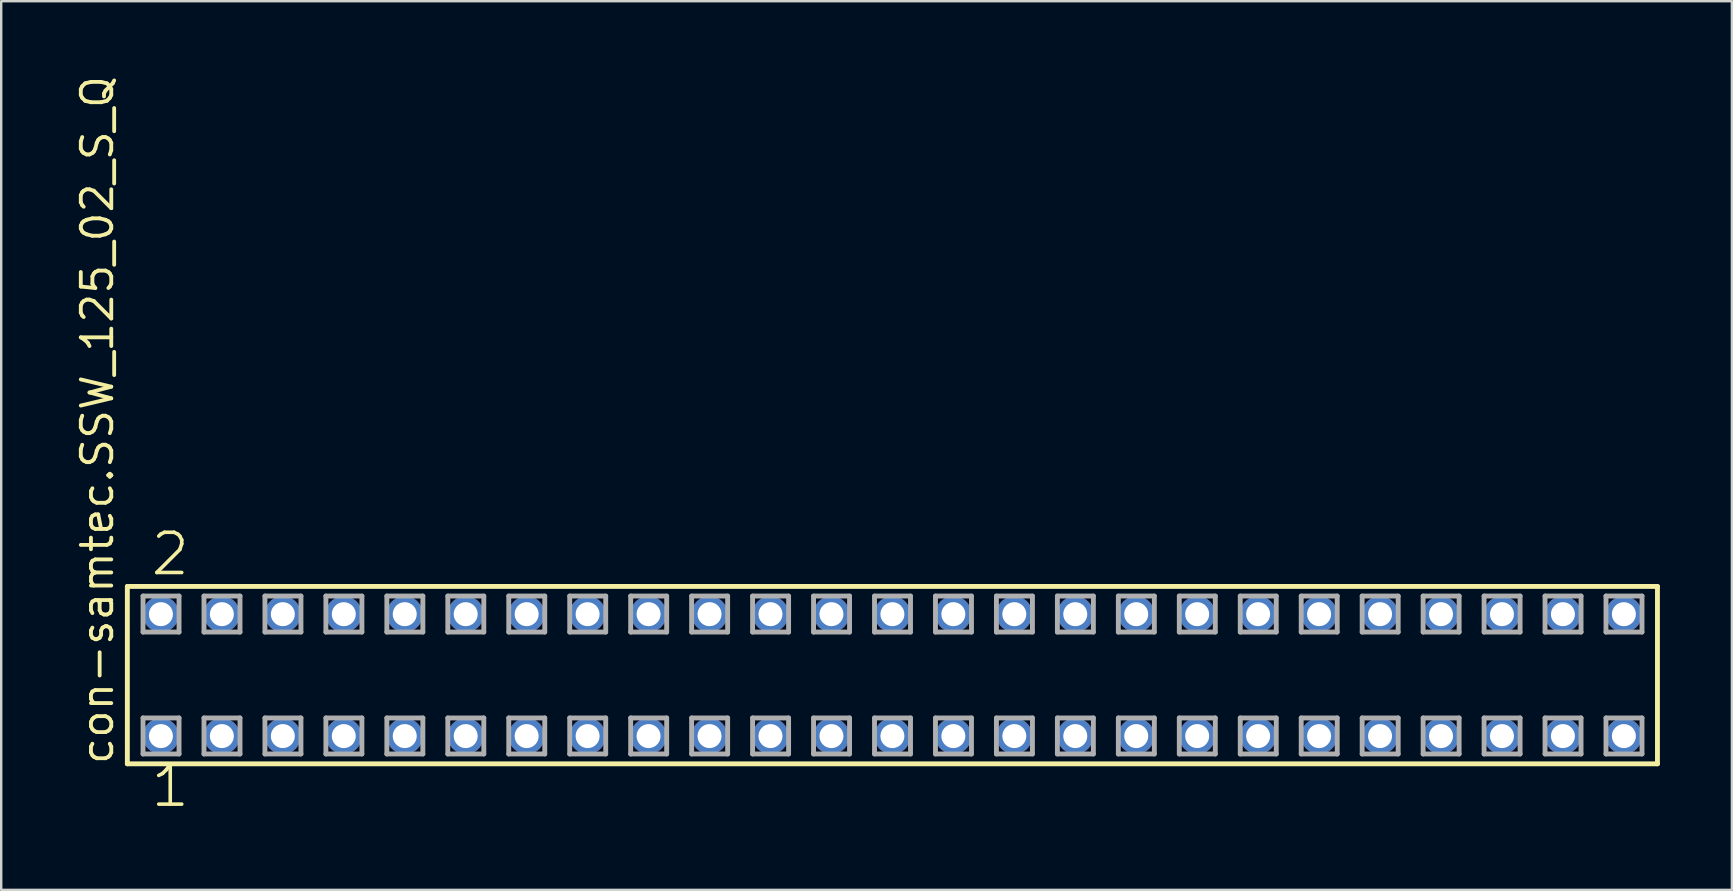
<source format=kicad_pcb>
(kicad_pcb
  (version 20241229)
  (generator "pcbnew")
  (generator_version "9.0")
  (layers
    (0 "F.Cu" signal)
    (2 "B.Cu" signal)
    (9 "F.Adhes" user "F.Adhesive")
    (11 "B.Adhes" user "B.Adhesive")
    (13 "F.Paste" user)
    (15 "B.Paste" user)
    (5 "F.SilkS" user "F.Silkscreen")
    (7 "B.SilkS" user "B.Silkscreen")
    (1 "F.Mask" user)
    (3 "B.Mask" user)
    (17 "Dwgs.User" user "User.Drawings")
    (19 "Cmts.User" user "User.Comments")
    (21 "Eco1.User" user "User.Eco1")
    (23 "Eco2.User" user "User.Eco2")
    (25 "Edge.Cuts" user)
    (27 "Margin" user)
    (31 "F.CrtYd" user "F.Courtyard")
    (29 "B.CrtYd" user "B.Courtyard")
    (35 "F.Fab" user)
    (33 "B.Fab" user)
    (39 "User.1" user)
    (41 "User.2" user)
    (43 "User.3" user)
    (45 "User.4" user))
  (footprint "con-samtec.SSW_125_02_S_Q"
    (layer "F.Cu")
    (at 34.135 25.082)
    (property "Reference" "con-samtec.SSW_125_02_S_Q" (at -32.385 3.81 90) (layer "F.SilkS") (effects (font (size 1.27 1.27) (thickness 0.16)) (justify left bottom)))
    (attr through_hole)
    (fp_line (start -31.879 -3.695) (end 31.879 -3.695) (stroke (width 0.203) (type default)) (layer "F.SilkS"))
    (fp_line (start -31.879 3.695) (end -31.879 -3.695) (stroke (width 0.203) (type default)) (layer "F.SilkS"))
    (fp_line (start 31.879 -3.695) (end 31.879 3.695) (stroke (width 0.203) (type default)) (layer "F.SilkS"))
    (fp_line (start 31.879 3.695) (end -31.879 3.695) (stroke (width 0.203) (type default)) (layer "F.SilkS"))
    (fp_line (start -31.225 -3.295) (end -29.725 -3.295) (stroke (width 0.203) (type default)) (layer "F.Fab"))
    (fp_line (start -31.225 -1.795) (end -31.225 -3.295) (stroke (width 0.203) (type default)) (layer "F.Fab"))
    (fp_line (start -31.225 1.785) (end -29.725 1.785) (stroke (width 0.203) (type default)) (layer "F.Fab"))
    (fp_line (start -31.225 3.285) (end -31.225 1.785) (stroke (width 0.203) (type default)) (layer "F.Fab"))
    (fp_line (start -29.725 -3.295) (end -29.725 -1.795) (stroke (width 0.203) (type default)) (layer "F.Fab"))
    (fp_line (start -29.725 -1.795) (end -31.225 -1.795) (stroke (width 0.203) (type default)) (layer "F.Fab"))
    (fp_line (start -29.725 1.785) (end -29.725 3.285) (stroke (width 0.203) (type default)) (layer "F.Fab"))
    (fp_line (start -29.725 3.285) (end -31.225 3.285) (stroke (width 0.203) (type default)) (layer "F.Fab"))
    (fp_line (start -28.685 -3.295) (end -27.185 -3.295) (stroke (width 0.203) (type default)) (layer "F.Fab"))
    (fp_line (start -28.685 -1.795) (end -28.685 -3.295) (stroke (width 0.203) (type default)) (layer "F.Fab"))
    (fp_line (start -28.685 1.785) (end -27.185 1.785) (stroke (width 0.203) (type default)) (layer "F.Fab"))
    (fp_line (start -28.685 3.285) (end -28.685 1.785) (stroke (width 0.203) (type default)) (layer "F.Fab"))
    (fp_line (start -27.185 -3.295) (end -27.185 -1.795) (stroke (width 0.203) (type default)) (layer "F.Fab"))
    (fp_line (start -27.185 -1.795) (end -28.685 -1.795) (stroke (width 0.203) (type default)) (layer "F.Fab"))
    (fp_line (start -27.185 1.785) (end -27.185 3.285) (stroke (width 0.203) (type default)) (layer "F.Fab"))
    (fp_line (start -27.185 3.285) (end -28.685 3.285) (stroke (width 0.203) (type default)) (layer "F.Fab"))
    (fp_line (start -26.145 -3.295) (end -24.645 -3.295) (stroke (width 0.203) (type default)) (layer "F.Fab"))
    (fp_line (start -26.145 -1.795) (end -26.145 -3.295) (stroke (width 0.203) (type default)) (layer "F.Fab"))
    (fp_line (start -26.145 1.785) (end -24.645 1.785) (stroke (width 0.203) (type default)) (layer "F.Fab"))
    (fp_line (start -26.145 3.285) (end -26.145 1.785) (stroke (width 0.203) (type default)) (layer "F.Fab"))
    (fp_line (start -24.645 -3.295) (end -24.645 -1.795) (stroke (width 0.203) (type default)) (layer "F.Fab"))
    (fp_line (start -24.645 -1.795) (end -26.145 -1.795) (stroke (width 0.203) (type default)) (layer "F.Fab"))
    (fp_line (start -24.645 1.785) (end -24.645 3.285) (stroke (width 0.203) (type default)) (layer "F.Fab"))
    (fp_line (start -24.645 3.285) (end -26.145 3.285) (stroke (width 0.203) (type default)) (layer "F.Fab"))
    (fp_line (start -23.605 -3.295) (end -22.105 -3.295) (stroke (width 0.203) (type default)) (layer "F.Fab"))
    (fp_line (start -23.605 -1.795) (end -23.605 -3.295) (stroke (width 0.203) (type default)) (layer "F.Fab"))
    (fp_line (start -23.605 1.785) (end -22.105 1.785) (stroke (width 0.203) (type default)) (layer "F.Fab"))
    (fp_line (start -23.605 3.285) (end -23.605 1.785) (stroke (width 0.203) (type default)) (layer "F.Fab"))
    (fp_line (start -22.105 -3.295) (end -22.105 -1.795) (stroke (width 0.203) (type default)) (layer "F.Fab"))
    (fp_line (start -22.105 -1.795) (end -23.605 -1.795) (stroke (width 0.203) (type default)) (layer "F.Fab"))
    (fp_line (start -22.105 1.785) (end -22.105 3.285) (stroke (width 0.203) (type default)) (layer "F.Fab"))
    (fp_line (start -22.105 3.285) (end -23.605 3.285) (stroke (width 0.203) (type default)) (layer "F.Fab"))
    (fp_line (start -21.065 -3.295) (end -19.565 -3.295) (stroke (width 0.203) (type default)) (layer "F.Fab"))
    (fp_line (start -21.065 -1.795) (end -21.065 -3.295) (stroke (width 0.203) (type default)) (layer "F.Fab"))
    (fp_line (start -21.065 1.785) (end -19.565 1.785) (stroke (width 0.203) (type default)) (layer "F.Fab"))
    (fp_line (start -21.065 3.285) (end -21.065 1.785) (stroke (width 0.203) (type default)) (layer "F.Fab"))
    (fp_line (start -19.565 -3.295) (end -19.565 -1.795) (stroke (width 0.203) (type default)) (layer "F.Fab"))
    (fp_line (start -19.565 -1.795) (end -21.065 -1.795) (stroke (width 0.203) (type default)) (layer "F.Fab"))
    (fp_line (start -19.565 1.785) (end -19.565 3.285) (stroke (width 0.203) (type default)) (layer "F.Fab"))
    (fp_line (start -19.565 3.285) (end -21.065 3.285) (stroke (width 0.203) (type default)) (layer "F.Fab"))
    (fp_line (start -18.525 -3.295) (end -17.025 -3.295) (stroke (width 0.203) (type default)) (layer "F.Fab"))
    (fp_line (start -18.525 -1.795) (end -18.525 -3.295) (stroke (width 0.203) (type default)) (layer "F.Fab"))
    (fp_line (start -18.525 1.785) (end -17.025 1.785) (stroke (width 0.203) (type default)) (layer "F.Fab"))
    (fp_line (start -18.525 3.285) (end -18.525 1.785) (stroke (width 0.203) (type default)) (layer "F.Fab"))
    (fp_line (start -17.025 -3.295) (end -17.025 -1.795) (stroke (width 0.203) (type default)) (layer "F.Fab"))
    (fp_line (start -17.025 -1.795) (end -18.525 -1.795) (stroke (width 0.203) (type default)) (layer "F.Fab"))
    (fp_line (start -17.025 1.785) (end -17.025 3.285) (stroke (width 0.203) (type default)) (layer "F.Fab"))
    (fp_line (start -17.025 3.285) (end -18.525 3.285) (stroke (width 0.203) (type default)) (layer "F.Fab"))
    (fp_line (start -15.985 -3.295) (end -14.485 -3.295) (stroke (width 0.203) (type default)) (layer "F.Fab"))
    (fp_line (start -15.985 -1.795) (end -15.985 -3.295) (stroke (width 0.203) (type default)) (layer "F.Fab"))
    (fp_line (start -15.985 1.785) (end -14.485 1.785) (stroke (width 0.203) (type default)) (layer "F.Fab"))
    (fp_line (start -15.985 3.285) (end -15.985 1.785) (stroke (width 0.203) (type default)) (layer "F.Fab"))
    (fp_line (start -14.485 -3.295) (end -14.485 -1.795) (stroke (width 0.203) (type default)) (layer "F.Fab"))
    (fp_line (start -14.485 -1.795) (end -15.985 -1.795) (stroke (width 0.203) (type default)) (layer "F.Fab"))
    (fp_line (start -14.485 1.785) (end -14.485 3.285) (stroke (width 0.203) (type default)) (layer "F.Fab"))
    (fp_line (start -14.485 3.285) (end -15.985 3.285) (stroke (width 0.203) (type default)) (layer "F.Fab"))
    (fp_line (start -13.445 -3.295) (end -11.945 -3.295) (stroke (width 0.203) (type default)) (layer "F.Fab"))
    (fp_line (start -13.445 -1.795) (end -13.445 -3.295) (stroke (width 0.203) (type default)) (layer "F.Fab"))
    (fp_line (start -13.445 1.785) (end -11.945 1.785) (stroke (width 0.203) (type default)) (layer "F.Fab"))
    (fp_line (start -13.445 3.285) (end -13.445 1.785) (stroke (width 0.203) (type default)) (layer "F.Fab"))
    (fp_line (start -11.945 -3.295) (end -11.945 -1.795) (stroke (width 0.203) (type default)) (layer "F.Fab"))
    (fp_line (start -11.945 -1.795) (end -13.445 -1.795) (stroke (width 0.203) (type default)) (layer "F.Fab"))
    (fp_line (start -11.945 1.785) (end -11.945 3.285) (stroke (width 0.203) (type default)) (layer "F.Fab"))
    (fp_line (start -11.945 3.285) (end -13.445 3.285) (stroke (width 0.203) (type default)) (layer "F.Fab"))
    (fp_line (start -10.905 -3.295) (end -9.405 -3.295) (stroke (width 0.203) (type default)) (layer "F.Fab"))
    (fp_line (start -10.905 -1.795) (end -10.905 -3.295) (stroke (width 0.203) (type default)) (layer "F.Fab"))
    (fp_line (start -10.905 1.785) (end -9.405 1.785) (stroke (width 0.203) (type default)) (layer "F.Fab"))
    (fp_line (start -10.905 3.285) (end -10.905 1.785) (stroke (width 0.203) (type default)) (layer "F.Fab"))
    (fp_line (start -9.405 -3.295) (end -9.405 -1.795) (stroke (width 0.203) (type default)) (layer "F.Fab"))
    (fp_line (start -9.405 -1.795) (end -10.905 -1.795) (stroke (width 0.203) (type default)) (layer "F.Fab"))
    (fp_line (start -9.405 1.785) (end -9.405 3.285) (stroke (width 0.203) (type default)) (layer "F.Fab"))
    (fp_line (start -9.405 3.285) (end -10.905 3.285) (stroke (width 0.203) (type default)) (layer "F.Fab"))
    (fp_line (start -8.365 -3.295) (end -6.865 -3.295) (stroke (width 0.203) (type default)) (layer "F.Fab"))
    (fp_line (start -8.365 -1.795) (end -8.365 -3.295) (stroke (width 0.203) (type default)) (layer "F.Fab"))
    (fp_line (start -8.365 1.785) (end -6.865 1.785) (stroke (width 0.203) (type default)) (layer "F.Fab"))
    (fp_line (start -8.365 3.285) (end -8.365 1.785) (stroke (width 0.203) (type default)) (layer "F.Fab"))
    (fp_line (start -6.865 -3.295) (end -6.865 -1.795) (stroke (width 0.203) (type default)) (layer "F.Fab"))
    (fp_line (start -6.865 -1.795) (end -8.365 -1.795) (stroke (width 0.203) (type default)) (layer "F.Fab"))
    (fp_line (start -6.865 1.785) (end -6.865 3.285) (stroke (width 0.203) (type default)) (layer "F.Fab"))
    (fp_line (start -6.865 3.285) (end -8.365 3.285) (stroke (width 0.203) (type default)) (layer "F.Fab"))
    (fp_line (start -5.825 -3.295) (end -4.325 -3.295) (stroke (width 0.203) (type default)) (layer "F.Fab"))
    (fp_line (start -5.825 -1.795) (end -5.825 -3.295) (stroke (width 0.203) (type default)) (layer "F.Fab"))
    (fp_line (start -5.825 1.785) (end -4.325 1.785) (stroke (width 0.203) (type default)) (layer "F.Fab"))
    (fp_line (start -5.825 3.285) (end -5.825 1.785) (stroke (width 0.203) (type default)) (layer "F.Fab"))
    (fp_line (start -4.325 -3.295) (end -4.325 -1.795) (stroke (width 0.203) (type default)) (layer "F.Fab"))
    (fp_line (start -4.325 -1.795) (end -5.825 -1.795) (stroke (width 0.203) (type default)) (layer "F.Fab"))
    (fp_line (start -4.325 1.785) (end -4.325 3.285) (stroke (width 0.203) (type default)) (layer "F.Fab"))
    (fp_line (start -4.325 3.285) (end -5.825 3.285) (stroke (width 0.203) (type default)) (layer "F.Fab"))
    (fp_line (start -3.285 -3.295) (end -1.785 -3.295) (stroke (width 0.203) (type default)) (layer "F.Fab"))
    (fp_line (start -3.285 -1.795) (end -3.285 -3.295) (stroke (width 0.203) (type default)) (layer "F.Fab"))
    (fp_line (start -3.285 1.785) (end -1.785 1.785) (stroke (width 0.203) (type default)) (layer "F.Fab"))
    (fp_line (start -3.285 3.285) (end -3.285 1.785) (stroke (width 0.203) (type default)) (layer "F.Fab"))
    (fp_line (start -1.785 -3.295) (end -1.785 -1.795) (stroke (width 0.203) (type default)) (layer "F.Fab"))
    (fp_line (start -1.785 -1.795) (end -3.285 -1.795) (stroke (width 0.203) (type default)) (layer "F.Fab"))
    (fp_line (start -1.785 1.785) (end -1.785 3.285) (stroke (width 0.203) (type default)) (layer "F.Fab"))
    (fp_line (start -1.785 3.285) (end -3.285 3.285) (stroke (width 0.203) (type default)) (layer "F.Fab"))
    (fp_line (start -0.745 -3.295) (end 0.755 -3.295) (stroke (width 0.203) (type default)) (layer "F.Fab"))
    (fp_line (start -0.745 -1.795) (end -0.745 -3.295) (stroke (width 0.203) (type default)) (layer "F.Fab"))
    (fp_line (start -0.745 1.785) (end 0.755 1.785) (stroke (width 0.203) (type default)) (layer "F.Fab"))
    (fp_line (start -0.745 3.285) (end -0.745 1.785) (stroke (width 0.203) (type default)) (layer "F.Fab"))
    (fp_line (start 0.755 -3.295) (end 0.755 -1.795) (stroke (width 0.203) (type default)) (layer "F.Fab"))
    (fp_line (start 0.755 -1.795) (end -0.745 -1.795) (stroke (width 0.203) (type default)) (layer "F.Fab"))
    (fp_line (start 0.755 1.785) (end 0.755 3.285) (stroke (width 0.203) (type default)) (layer "F.Fab"))
    (fp_line (start 0.755 3.285) (end -0.745 3.285) (stroke (width 0.203) (type default)) (layer "F.Fab"))
    (fp_line (start 1.795 -3.295) (end 3.295 -3.295) (stroke (width 0.203) (type default)) (layer "F.Fab"))
    (fp_line (start 1.795 -1.795) (end 1.795 -3.295) (stroke (width 0.203) (type default)) (layer "F.Fab"))
    (fp_line (start 1.795 1.785) (end 3.295 1.785) (stroke (width 0.203) (type default)) (layer "F.Fab"))
    (fp_line (start 1.795 3.285) (end 1.795 1.785) (stroke (width 0.203) (type default)) (layer "F.Fab"))
    (fp_line (start 3.295 -3.295) (end 3.295 -1.795) (stroke (width 0.203) (type default)) (layer "F.Fab"))
    (fp_line (start 3.295 -1.795) (end 1.795 -1.795) (stroke (width 0.203) (type default)) (layer "F.Fab"))
    (fp_line (start 3.295 1.785) (end 3.295 3.285) (stroke (width 0.203) (type default)) (layer "F.Fab"))
    (fp_line (start 3.295 3.285) (end 1.795 3.285) (stroke (width 0.203) (type default)) (layer "F.Fab"))
    (fp_line (start 4.335 -3.295) (end 5.835 -3.295) (stroke (width 0.203) (type default)) (layer "F.Fab"))
    (fp_line (start 4.335 -1.795) (end 4.335 -3.295) (stroke (width 0.203) (type default)) (layer "F.Fab"))
    (fp_line (start 4.335 1.785) (end 5.835 1.785) (stroke (width 0.203) (type default)) (layer "F.Fab"))
    (fp_line (start 4.335 3.285) (end 4.335 1.785) (stroke (width 0.203) (type default)) (layer "F.Fab"))
    (fp_line (start 5.835 -3.295) (end 5.835 -1.795) (stroke (width 0.203) (type default)) (layer "F.Fab"))
    (fp_line (start 5.835 -1.795) (end 4.335 -1.795) (stroke (width 0.203) (type default)) (layer "F.Fab"))
    (fp_line (start 5.835 1.785) (end 5.835 3.285) (stroke (width 0.203) (type default)) (layer "F.Fab"))
    (fp_line (start 5.835 3.285) (end 4.335 3.285) (stroke (width 0.203) (type default)) (layer "F.Fab"))
    (fp_line (start 6.875 -3.295) (end 8.375 -3.295) (stroke (width 0.203) (type default)) (layer "F.Fab"))
    (fp_line (start 6.875 -1.795) (end 6.875 -3.295) (stroke (width 0.203) (type default)) (layer "F.Fab"))
    (fp_line (start 6.875 1.785) (end 8.375 1.785) (stroke (width 0.203) (type default)) (layer "F.Fab"))
    (fp_line (start 6.875 3.285) (end 6.875 1.785) (stroke (width 0.203) (type default)) (layer "F.Fab"))
    (fp_line (start 8.375 -3.295) (end 8.375 -1.795) (stroke (width 0.203) (type default)) (layer "F.Fab"))
    (fp_line (start 8.375 -1.795) (end 6.875 -1.795) (stroke (width 0.203) (type default)) (layer "F.Fab"))
    (fp_line (start 8.375 1.785) (end 8.375 3.285) (stroke (width 0.203) (type default)) (layer "F.Fab"))
    (fp_line (start 8.375 3.285) (end 6.875 3.285) (stroke (width 0.203) (type default)) (layer "F.Fab"))
    (fp_line (start 9.415 -3.295) (end 10.915 -3.295) (stroke (width 0.203) (type default)) (layer "F.Fab"))
    (fp_line (start 9.415 -1.795) (end 9.415 -3.295) (stroke (width 0.203) (type default)) (layer "F.Fab"))
    (fp_line (start 9.415 1.785) (end 10.915 1.785) (stroke (width 0.203) (type default)) (layer "F.Fab"))
    (fp_line (start 9.415 3.285) (end 9.415 1.785) (stroke (width 0.203) (type default)) (layer "F.Fab"))
    (fp_line (start 10.915 -3.295) (end 10.915 -1.795) (stroke (width 0.203) (type default)) (layer "F.Fab"))
    (fp_line (start 10.915 -1.795) (end 9.415 -1.795) (stroke (width 0.203) (type default)) (layer "F.Fab"))
    (fp_line (start 10.915 1.785) (end 10.915 3.285) (stroke (width 0.203) (type default)) (layer "F.Fab"))
    (fp_line (start 10.915 3.285) (end 9.415 3.285) (stroke (width 0.203) (type default)) (layer "F.Fab"))
    (fp_line (start 11.955 -3.295) (end 13.455 -3.295) (stroke (width 0.203) (type default)) (layer "F.Fab"))
    (fp_line (start 11.955 -1.795) (end 11.955 -3.295) (stroke (width 0.203) (type default)) (layer "F.Fab"))
    (fp_line (start 11.955 1.785) (end 13.455 1.785) (stroke (width 0.203) (type default)) (layer "F.Fab"))
    (fp_line (start 11.955 3.285) (end 11.955 1.785) (stroke (width 0.203) (type default)) (layer "F.Fab"))
    (fp_line (start 13.455 -3.295) (end 13.455 -1.795) (stroke (width 0.203) (type default)) (layer "F.Fab"))
    (fp_line (start 13.455 -1.795) (end 11.955 -1.795) (stroke (width 0.203) (type default)) (layer "F.Fab"))
    (fp_line (start 13.455 1.785) (end 13.455 3.285) (stroke (width 0.203) (type default)) (layer "F.Fab"))
    (fp_line (start 13.455 3.285) (end 11.955 3.285) (stroke (width 0.203) (type default)) (layer "F.Fab"))
    (fp_line (start 14.495 -3.295) (end 15.995 -3.295) (stroke (width 0.203) (type default)) (layer "F.Fab"))
    (fp_line (start 14.495 -1.795) (end 14.495 -3.295) (stroke (width 0.203) (type default)) (layer "F.Fab"))
    (fp_line (start 14.495 1.785) (end 15.995 1.785) (stroke (width 0.203) (type default)) (layer "F.Fab"))
    (fp_line (start 14.495 3.285) (end 14.495 1.785) (stroke (width 0.203) (type default)) (layer "F.Fab"))
    (fp_line (start 15.995 -3.295) (end 15.995 -1.795) (stroke (width 0.203) (type default)) (layer "F.Fab"))
    (fp_line (start 15.995 -1.795) (end 14.495 -1.795) (stroke (width 0.203) (type default)) (layer "F.Fab"))
    (fp_line (start 15.995 1.785) (end 15.995 3.285) (stroke (width 0.203) (type default)) (layer "F.Fab"))
    (fp_line (start 15.995 3.285) (end 14.495 3.285) (stroke (width 0.203) (type default)) (layer "F.Fab"))
    (fp_line (start 17.035 -3.295) (end 18.535 -3.295) (stroke (width 0.203) (type default)) (layer "F.Fab"))
    (fp_line (start 17.035 -1.795) (end 17.035 -3.295) (stroke (width 0.203) (type default)) (layer "F.Fab"))
    (fp_line (start 17.035 1.785) (end 18.535 1.785) (stroke (width 0.203) (type default)) (layer "F.Fab"))
    (fp_line (start 17.035 3.285) (end 17.035 1.785) (stroke (width 0.203) (type default)) (layer "F.Fab"))
    (fp_line (start 18.535 -3.295) (end 18.535 -1.795) (stroke (width 0.203) (type default)) (layer "F.Fab"))
    (fp_line (start 18.535 -1.795) (end 17.035 -1.795) (stroke (width 0.203) (type default)) (layer "F.Fab"))
    (fp_line (start 18.535 1.785) (end 18.535 3.285) (stroke (width 0.203) (type default)) (layer "F.Fab"))
    (fp_line (start 18.535 3.285) (end 17.035 3.285) (stroke (width 0.203) (type default)) (layer "F.Fab"))
    (fp_line (start 19.575 -3.295) (end 21.075 -3.295) (stroke (width 0.203) (type default)) (layer "F.Fab"))
    (fp_line (start 19.575 -1.795) (end 19.575 -3.295) (stroke (width 0.203) (type default)) (layer "F.Fab"))
    (fp_line (start 19.575 1.785) (end 21.075 1.785) (stroke (width 0.203) (type default)) (layer "F.Fab"))
    (fp_line (start 19.575 3.285) (end 19.575 1.785) (stroke (width 0.203) (type default)) (layer "F.Fab"))
    (fp_line (start 21.075 -3.295) (end 21.075 -1.795) (stroke (width 0.203) (type default)) (layer "F.Fab"))
    (fp_line (start 21.075 -1.795) (end 19.575 -1.795) (stroke (width 0.203) (type default)) (layer "F.Fab"))
    (fp_line (start 21.075 1.785) (end 21.075 3.285) (stroke (width 0.203) (type default)) (layer "F.Fab"))
    (fp_line (start 21.075 3.285) (end 19.575 3.285) (stroke (width 0.203) (type default)) (layer "F.Fab"))
    (fp_line (start 22.115 -3.295) (end 23.615 -3.295) (stroke (width 0.203) (type default)) (layer "F.Fab"))
    (fp_line (start 22.115 -1.795) (end 22.115 -3.295) (stroke (width 0.203) (type default)) (layer "F.Fab"))
    (fp_line (start 22.115 1.785) (end 23.615 1.785) (stroke (width 0.203) (type default)) (layer "F.Fab"))
    (fp_line (start 22.115 3.285) (end 22.115 1.785) (stroke (width 0.203) (type default)) (layer "F.Fab"))
    (fp_line (start 23.615 -3.295) (end 23.615 -1.795) (stroke (width 0.203) (type default)) (layer "F.Fab"))
    (fp_line (start 23.615 -1.795) (end 22.115 -1.795) (stroke (width 0.203) (type default)) (layer "F.Fab"))
    (fp_line (start 23.615 1.785) (end 23.615 3.285) (stroke (width 0.203) (type default)) (layer "F.Fab"))
    (fp_line (start 23.615 3.285) (end 22.115 3.285) (stroke (width 0.203) (type default)) (layer "F.Fab"))
    (fp_line (start 24.655 -3.295) (end 26.155 -3.295) (stroke (width 0.203) (type default)) (layer "F.Fab"))
    (fp_line (start 24.655 -1.795) (end 24.655 -3.295) (stroke (width 0.203) (type default)) (layer "F.Fab"))
    (fp_line (start 24.655 1.785) (end 26.155 1.785) (stroke (width 0.203) (type default)) (layer "F.Fab"))
    (fp_line (start 24.655 3.285) (end 24.655 1.785) (stroke (width 0.203) (type default)) (layer "F.Fab"))
    (fp_line (start 26.155 -3.295) (end 26.155 -1.795) (stroke (width 0.203) (type default)) (layer "F.Fab"))
    (fp_line (start 26.155 -1.795) (end 24.655 -1.795) (stroke (width 0.203) (type default)) (layer "F.Fab"))
    (fp_line (start 26.155 1.785) (end 26.155 3.285) (stroke (width 0.203) (type default)) (layer "F.Fab"))
    (fp_line (start 26.155 3.285) (end 24.655 3.285) (stroke (width 0.203) (type default)) (layer "F.Fab"))
    (fp_line (start 27.195 -3.295) (end 28.695 -3.295) (stroke (width 0.203) (type default)) (layer "F.Fab"))
    (fp_line (start 27.195 -1.795) (end 27.195 -3.295) (stroke (width 0.203) (type default)) (layer "F.Fab"))
    (fp_line (start 27.195 1.785) (end 28.695 1.785) (stroke (width 0.203) (type default)) (layer "F.Fab"))
    (fp_line (start 27.195 3.285) (end 27.195 1.785) (stroke (width 0.203) (type default)) (layer "F.Fab"))
    (fp_line (start 28.695 -3.295) (end 28.695 -1.795) (stroke (width 0.203) (type default)) (layer "F.Fab"))
    (fp_line (start 28.695 -1.795) (end 27.195 -1.795) (stroke (width 0.203) (type default)) (layer "F.Fab"))
    (fp_line (start 28.695 1.785) (end 28.695 3.285) (stroke (width 0.203) (type default)) (layer "F.Fab"))
    (fp_line (start 28.695 3.285) (end 27.195 3.285) (stroke (width 0.203) (type default)) (layer "F.Fab"))
    (fp_line (start 29.735 -3.295) (end 31.235 -3.295) (stroke (width 0.203) (type default)) (layer "F.Fab"))
    (fp_line (start 29.735 -1.795) (end 29.735 -3.295) (stroke (width 0.203) (type default)) (layer "F.Fab"))
    (fp_line (start 29.735 1.785) (end 31.235 1.785) (stroke (width 0.203) (type default)) (layer "F.Fab"))
    (fp_line (start 29.735 3.285) (end 29.735 1.785) (stroke (width 0.203) (type default)) (layer "F.Fab"))
    (fp_line (start 31.235 -3.295) (end 31.235 -1.795) (stroke (width 0.203) (type default)) (layer "F.Fab"))
    (fp_line (start 31.235 -1.795) (end 29.735 -1.795) (stroke (width 0.203) (type default)) (layer "F.Fab"))
    (fp_line (start 31.235 1.785) (end 31.235 3.285) (stroke (width 0.203) (type default)) (layer "F.Fab"))
    (fp_line (start 31.235 3.285) (end 29.735 3.285) (stroke (width 0.203) (type default)) (layer "F.Fab"))
    (fp_text user "1" (at -30.988 5.588 0) (layer "F.SilkS") (effects (font (size 1.676 1.676) (thickness 0.15)) (justify left bottom)))
    (fp_text user "2" (at -30.988 -4.064 0) (layer "F.SilkS") (effects (font (size 1.676 1.676) (thickness 0.15)) (justify left bottom)))
    (pad "1" thru_hole circle (at -30.48 2.54) (size 1.5 1.5) (drill 1) (layers "*.Cu" "*.Mask"))
    (pad "2" thru_hole circle (at -30.48 -2.54) (size 1.5 1.5) (drill 1) (layers "*.Cu" "*.Mask"))
    (pad "3" thru_hole circle (at -27.94 2.54) (size 1.5 1.5) (drill 1) (layers "*.Cu" "*.Mask"))
    (pad "4" thru_hole circle (at -27.94 -2.54) (size 1.5 1.5) (drill 1) (layers "*.Cu" "*.Mask"))
    (pad "5" thru_hole circle (at -25.4 2.54) (size 1.5 1.5) (drill 1) (layers "*.Cu" "*.Mask"))
    (pad "6" thru_hole circle (at -25.4 -2.54) (size 1.5 1.5) (drill 1) (layers "*.Cu" "*.Mask"))
    (pad "7" thru_hole circle (at -22.86 2.54) (size 1.5 1.5) (drill 1) (layers "*.Cu" "*.Mask"))
    (pad "8" thru_hole circle (at -22.86 -2.54) (size 1.5 1.5) (drill 1) (layers "*.Cu" "*.Mask"))
    (pad "9" thru_hole circle (at -20.32 2.54) (size 1.5 1.5) (drill 1) (layers "*.Cu" "*.Mask"))
    (pad "10" thru_hole circle (at -20.32 -2.54) (size 1.5 1.5) (drill 1) (layers "*.Cu" "*.Mask"))
    (pad "11" thru_hole circle (at -17.78 2.54) (size 1.5 1.5) (drill 1) (layers "*.Cu" "*.Mask"))
    (pad "12" thru_hole circle (at -17.78 -2.54) (size 1.5 1.5) (drill 1) (layers "*.Cu" "*.Mask"))
    (pad "13" thru_hole circle (at -15.24 2.54) (size 1.5 1.5) (drill 1) (layers "*.Cu" "*.Mask"))
    (pad "14" thru_hole circle (at -15.24 -2.54) (size 1.5 1.5) (drill 1) (layers "*.Cu" "*.Mask"))
    (pad "15" thru_hole circle (at -12.7 2.54) (size 1.5 1.5) (drill 1) (layers "*.Cu" "*.Mask"))
    (pad "16" thru_hole circle (at -12.7 -2.54) (size 1.5 1.5) (drill 1) (layers "*.Cu" "*.Mask"))
    (pad "17" thru_hole circle (at -10.16 2.54) (size 1.5 1.5) (drill 1) (layers "*.Cu" "*.Mask"))
    (pad "18" thru_hole circle (at -10.16 -2.54) (size 1.5 1.5) (drill 1) (layers "*.Cu" "*.Mask"))
    (pad "19" thru_hole circle (at -7.62 2.54) (size 1.5 1.5) (drill 1) (layers "*.Cu" "*.Mask"))
    (pad "20" thru_hole circle (at -7.62 -2.54) (size 1.5 1.5) (drill 1) (layers "*.Cu" "*.Mask"))
    (pad "21" thru_hole circle (at -5.08 2.54) (size 1.5 1.5) (drill 1) (layers "*.Cu" "*.Mask"))
    (pad "22" thru_hole circle (at -5.08 -2.54) (size 1.5 1.5) (drill 1) (layers "*.Cu" "*.Mask"))
    (pad "23" thru_hole circle (at -2.54 2.54) (size 1.5 1.5) (drill 1) (layers "*.Cu" "*.Mask"))
    (pad "24" thru_hole circle (at -2.54 -2.54) (size 1.5 1.5) (drill 1) (layers "*.Cu" "*.Mask"))
    (pad "25" thru_hole circle (at 0 2.54) (size 1.5 1.5) (drill 1) (layers "*.Cu" "*.Mask"))
    (pad "26" thru_hole circle (at 0 -2.54) (size 1.5 1.5) (drill 1) (layers "*.Cu" "*.Mask"))
    (pad "27" thru_hole circle (at 2.54 2.54) (size 1.5 1.5) (drill 1) (layers "*.Cu" "*.Mask"))
    (pad "28" thru_hole circle (at 2.54 -2.54) (size 1.5 1.5) (drill 1) (layers "*.Cu" "*.Mask"))
    (pad "29" thru_hole circle (at 5.08 2.54) (size 1.5 1.5) (drill 1) (layers "*.Cu" "*.Mask"))
    (pad "30" thru_hole circle (at 5.08 -2.54) (size 1.5 1.5) (drill 1) (layers "*.Cu" "*.Mask"))
    (pad "31" thru_hole circle (at 7.62 2.54) (size 1.5 1.5) (drill 1) (layers "*.Cu" "*.Mask"))
    (pad "32" thru_hole circle (at 7.62 -2.54) (size 1.5 1.5) (drill 1) (layers "*.Cu" "*.Mask"))
    (pad "33" thru_hole circle (at 10.16 2.54) (size 1.5 1.5) (drill 1) (layers "*.Cu" "*.Mask"))
    (pad "34" thru_hole circle (at 10.16 -2.54) (size 1.5 1.5) (drill 1) (layers "*.Cu" "*.Mask"))
    (pad "35" thru_hole circle (at 12.7 2.54) (size 1.5 1.5) (drill 1) (layers "*.Cu" "*.Mask"))
    (pad "36" thru_hole circle (at 12.7 -2.54) (size 1.5 1.5) (drill 1) (layers "*.Cu" "*.Mask"))
    (pad "37" thru_hole circle (at 15.24 2.54) (size 1.5 1.5) (drill 1) (layers "*.Cu" "*.Mask"))
    (pad "38" thru_hole circle (at 15.24 -2.54) (size 1.5 1.5) (drill 1) (layers "*.Cu" "*.Mask"))
    (pad "39" thru_hole circle (at 17.78 2.54) (size 1.5 1.5) (drill 1) (layers "*.Cu" "*.Mask"))
    (pad "40" thru_hole circle (at 17.78 -2.54) (size 1.5 1.5) (drill 1) (layers "*.Cu" "*.Mask"))
    (pad "41" thru_hole circle (at 20.32 2.54) (size 1.5 1.5) (drill 1) (layers "*.Cu" "*.Mask"))
    (pad "42" thru_hole circle (at 20.32 -2.54) (size 1.5 1.5) (drill 1) (layers "*.Cu" "*.Mask"))
    (pad "43" thru_hole circle (at 22.86 2.54) (size 1.5 1.5) (drill 1) (layers "*.Cu" "*.Mask"))
    (pad "44" thru_hole circle (at 22.86 -2.54) (size 1.5 1.5) (drill 1) (layers "*.Cu" "*.Mask"))
    (pad "45" thru_hole circle (at 25.4 2.54) (size 1.5 1.5) (drill 1) (layers "*.Cu" "*.Mask"))
    (pad "46" thru_hole circle (at 25.4 -2.54) (size 1.5 1.5) (drill 1) (layers "*.Cu" "*.Mask"))
    (pad "47" thru_hole circle (at 27.94 2.54) (size 1.5 1.5) (drill 1) (layers "*.Cu" "*.Mask"))
    (pad "48" thru_hole circle (at 27.94 -2.54) (size 1.5 1.5) (drill 1) (layers "*.Cu" "*.Mask"))
    (pad "49" thru_hole circle (at 30.48 2.54) (size 1.5 1.5) (drill 1) (layers "*.Cu" "*.Mask"))
    (pad "50" thru_hole circle (at 30.48 -2.54) (size 1.5 1.5) (drill 1) (layers "*.Cu" "*.Mask")))
  (gr_rect
    (start -3 -3)
    (end 69.116 34.031)
    (stroke (width 0.1) (type default))
    (fill no)
    (layer "Edge.Cuts")))
</source>
